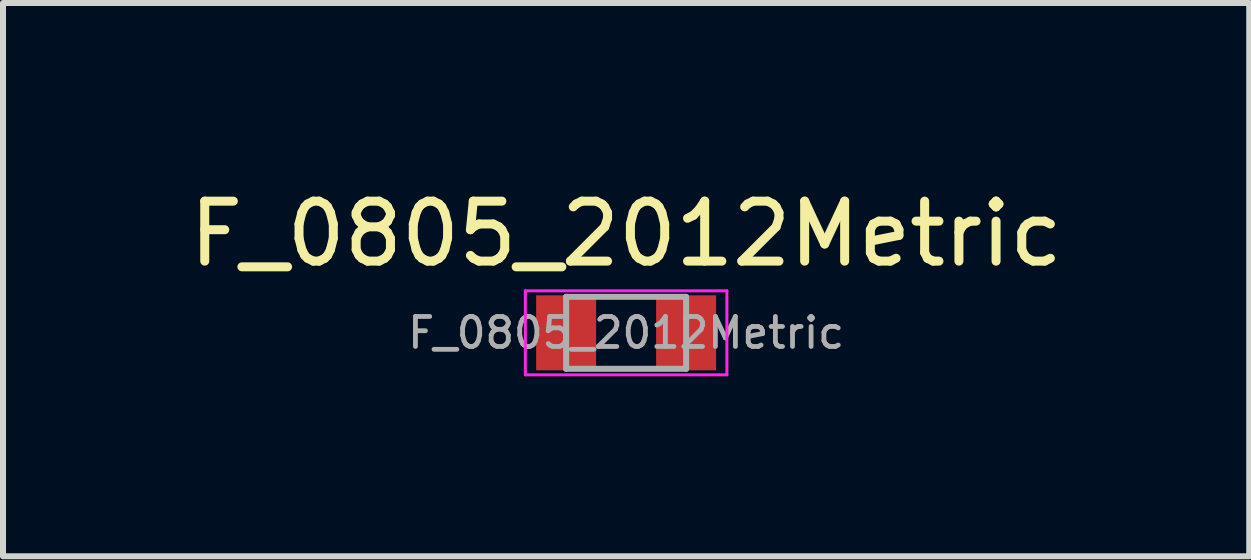
<source format=kicad_pcb>
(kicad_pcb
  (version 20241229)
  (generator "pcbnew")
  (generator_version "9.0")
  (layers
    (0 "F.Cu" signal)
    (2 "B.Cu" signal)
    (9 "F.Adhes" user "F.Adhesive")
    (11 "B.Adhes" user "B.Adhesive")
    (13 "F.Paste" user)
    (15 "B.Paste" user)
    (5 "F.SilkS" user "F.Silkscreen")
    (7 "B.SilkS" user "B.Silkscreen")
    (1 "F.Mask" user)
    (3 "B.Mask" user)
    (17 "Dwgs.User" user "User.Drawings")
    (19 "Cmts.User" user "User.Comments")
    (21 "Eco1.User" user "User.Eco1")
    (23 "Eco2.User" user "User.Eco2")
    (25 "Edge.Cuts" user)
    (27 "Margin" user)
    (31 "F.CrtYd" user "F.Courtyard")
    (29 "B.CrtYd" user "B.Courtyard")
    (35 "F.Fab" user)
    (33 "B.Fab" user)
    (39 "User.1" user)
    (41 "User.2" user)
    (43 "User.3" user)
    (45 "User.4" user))
  (footprint "F_0805_2012Metric"
    (layer "F.Cu")
    (at 7.387 2.498)
    (property "Reference" "F_0805_2012Metric" (at 0 -1.65 0) (layer "F.SilkS") (effects (font (size 1 1) (thickness 0.15))))
    (attr smd)
    (fp_line (start -1.68 -0.7) (end 1.68 -0.7) (stroke (width 0.05) (type solid)) (layer "F.CrtYd"))
    (fp_line (start -1.68 0.7) (end -1.68 -0.7) (stroke (width 0.05) (type solid)) (layer "F.CrtYd"))
    (fp_line (start 1.68 -0.7) (end 1.68 0.7) (stroke (width 0.05) (type solid)) (layer "F.CrtYd"))
    (fp_line (start 1.68 0.7) (end -1.68 0.7) (stroke (width 0.05) (type solid)) (layer "F.CrtYd"))
    (fp_line (start -1 -0.6) (end 1 -0.6) (stroke (width 0.1) (type solid)) (layer "F.Fab"))
    (fp_line (start -1 0.6) (end -1 -0.6) (stroke (width 0.1) (type solid)) (layer "F.Fab"))
    (fp_line (start 1 -0.6) (end 1 0.6) (stroke (width 0.1) (type solid)) (layer "F.Fab"))
    (fp_line (start 1 0.6) (end -1 0.6) (stroke (width 0.1) (type solid)) (layer "F.Fab"))
    (fp_text user "${REFERENCE}" (at 0 0 0) (layer "F.Fab") (effects (font (size 0.5 0.5) (thickness 0.08))))
    (pad "1" smd rect (at -1 0) (size 1 1.25) (layers "F.Cu" "F.Mask" "F.Paste"))
    (pad "2" smd rect (at 1 0) (size 1 1.25) (layers "F.Cu" "F.Mask" "F.Paste")))
  (gr_rect
    (start -3 -3)
    (end 17.774 6.223)
    (stroke (width 0.1) (type default))
    (fill no)
    (layer "Edge.Cuts")))
</source>
